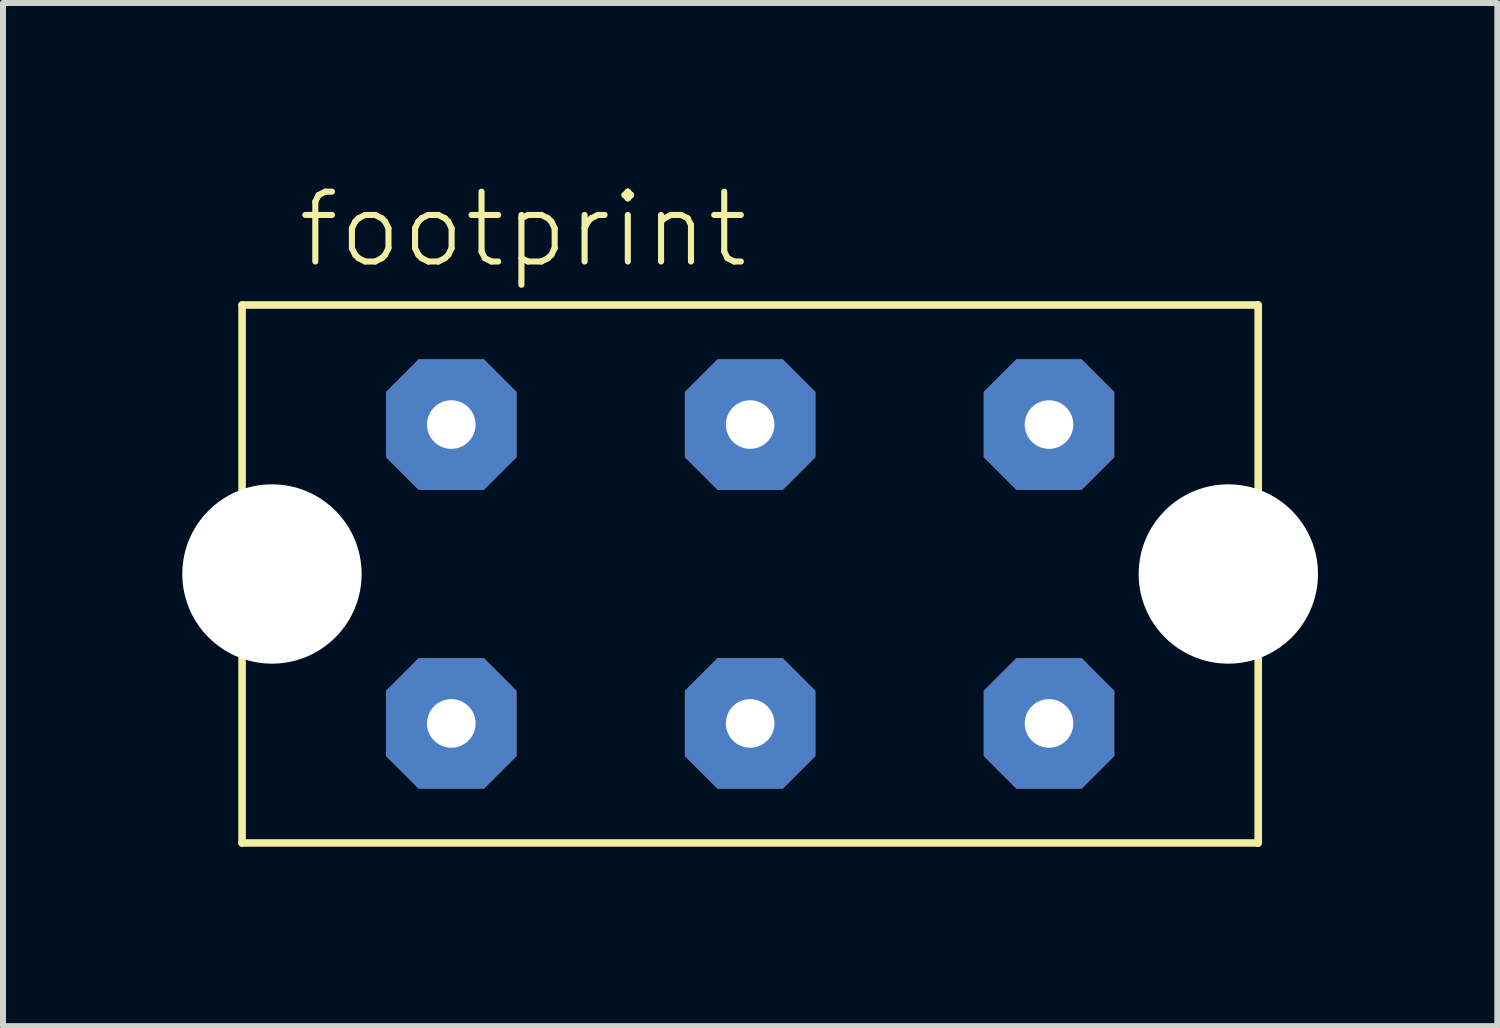
<source format=kicad_pcb>
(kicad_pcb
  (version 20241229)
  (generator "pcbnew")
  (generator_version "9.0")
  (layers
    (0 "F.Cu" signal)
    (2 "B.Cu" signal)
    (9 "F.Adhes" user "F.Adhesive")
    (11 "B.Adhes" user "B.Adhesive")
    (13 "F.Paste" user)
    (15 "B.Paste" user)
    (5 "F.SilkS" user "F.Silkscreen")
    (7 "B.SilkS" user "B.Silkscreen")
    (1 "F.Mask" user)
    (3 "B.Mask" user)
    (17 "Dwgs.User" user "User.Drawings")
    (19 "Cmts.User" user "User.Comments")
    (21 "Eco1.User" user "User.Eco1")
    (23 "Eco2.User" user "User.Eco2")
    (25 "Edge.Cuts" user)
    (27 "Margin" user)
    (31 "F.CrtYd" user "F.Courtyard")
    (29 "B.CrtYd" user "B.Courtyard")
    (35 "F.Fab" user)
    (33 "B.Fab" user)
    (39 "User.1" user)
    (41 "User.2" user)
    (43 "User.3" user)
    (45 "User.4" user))
  (footprint "footprint"
    (layer "F.Cu")
    (at 9.5 6.553)
    (property "Reference" "footprint" (at -7.62 -5.08 0) (layer "F.SilkS") (effects (font (size 1.168 1.168) (thickness 0.102)) (justify left bottom)))
    (fp_line (start -8.5 -4.5) (end 8.5 -4.5) (stroke (width 0.127) (type solid)) (layer "F.SilkS"))
    (fp_line (start -8.5 4.5) (end -8.5 -4.5) (stroke (width 0.127) (type solid)) (layer "F.SilkS"))
    (fp_line (start 8.5 -4.5) (end 8.5 4.5) (stroke (width 0.127) (type solid)) (layer "F.SilkS"))
    (fp_line (start 8.5 4.5) (end -8.5 4.5) (stroke (width 0.127) (type solid)) (layer "F.SilkS"))
    (pad "" np_thru_hole circle (at -8 0) (size 3 3) (drill 3) (layers "*.Cu" "*.Mask"))
    (pad "" np_thru_hole circle (at 8 0) (size 3 3) (drill 3) (layers "*.Cu" "*.Mask"))
    (pad "1" thru_hole roundrect (at 5 -2.5) (size 2.184 2.184) (drill 0.813) (layers "*.Cu" "*.Mask") (roundrect_rratio 0.25) (chamfer_ratio 0.25) (chamfer top_left top_right bottom_left bottom_right))
    (pad "2" thru_hole roundrect (at 5 2.5) (size 2.184 2.184) (drill 0.813) (layers "*.Cu" "*.Mask") (roundrect_rratio 0.25) (chamfer_ratio 0.25) (chamfer top_left top_right bottom_left bottom_right))
    (pad "3" thru_hole roundrect (at -5 -2.5) (size 2.184 2.184) (drill 0.813) (layers "*.Cu" "*.Mask") (roundrect_rratio 0.25) (chamfer_ratio 0.25) (chamfer top_left top_right bottom_left bottom_right))
    (pad "4" thru_hole roundrect (at -5 2.5) (size 2.184 2.184) (drill 0.813) (layers "*.Cu" "*.Mask") (roundrect_rratio 0.25) (chamfer_ratio 0.25) (chamfer top_left top_right bottom_left bottom_right))
    (pad "5" thru_hole roundrect (at 0 -2.5) (size 2.184 2.184) (drill 0.813) (layers "*.Cu" "*.Mask") (roundrect_rratio 0.25) (chamfer_ratio 0.25) (chamfer top_left top_right bottom_left bottom_right))
    (pad "6" thru_hole roundrect (at 0 2.5) (size 2.184 2.184) (drill 0.813) (layers "*.Cu" "*.Mask") (roundrect_rratio 0.25) (chamfer_ratio 0.25) (chamfer top_left top_right bottom_left bottom_right)))
  (gr_rect
    (start -3 -3)
    (end 22 14.117)
    (stroke (width 0.1) (type default))
    (fill no)
    (layer "Edge.Cuts")))
</source>
